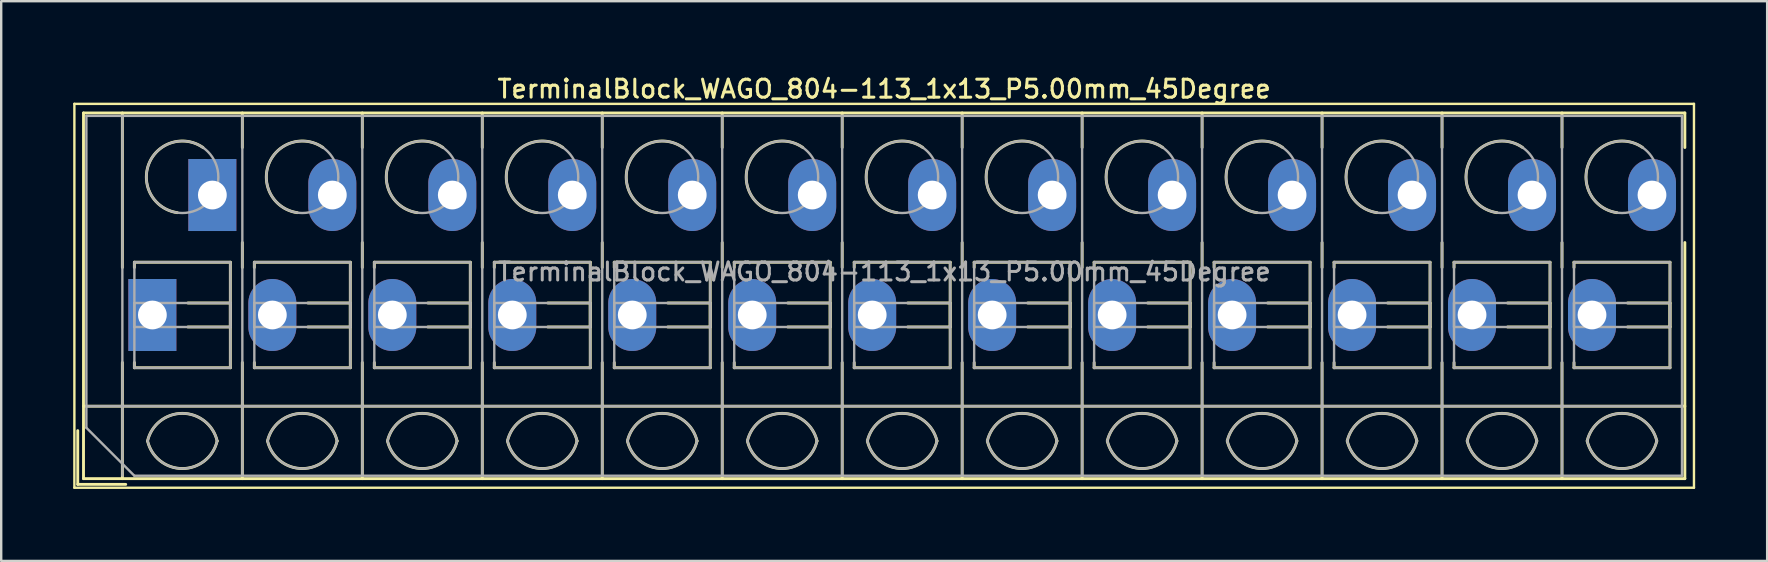
<source format=kicad_pcb>
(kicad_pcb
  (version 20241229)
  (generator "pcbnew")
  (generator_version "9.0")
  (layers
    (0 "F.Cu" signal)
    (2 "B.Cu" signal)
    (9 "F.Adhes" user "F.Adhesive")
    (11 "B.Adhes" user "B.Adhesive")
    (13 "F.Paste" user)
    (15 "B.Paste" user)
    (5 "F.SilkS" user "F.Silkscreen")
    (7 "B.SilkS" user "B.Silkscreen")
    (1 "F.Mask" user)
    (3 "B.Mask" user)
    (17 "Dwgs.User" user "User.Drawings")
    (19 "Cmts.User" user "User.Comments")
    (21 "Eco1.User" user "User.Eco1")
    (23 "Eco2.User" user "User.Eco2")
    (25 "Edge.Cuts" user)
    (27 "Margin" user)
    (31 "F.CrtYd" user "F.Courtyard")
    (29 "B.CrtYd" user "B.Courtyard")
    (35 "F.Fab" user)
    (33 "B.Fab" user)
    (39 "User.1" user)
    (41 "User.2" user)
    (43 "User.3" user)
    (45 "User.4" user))
  (footprint "TerminalBlock_WAGO_804-113_1x13_P5.00mm_45Degree"
    (layer "F.Cu")
    (at 3.3 10.078)
    (property "Reference" "TerminalBlock_WAGO_804-113_1x13_P5.00mm_45Degree" (at 30.5 -9.42 0) (layer "F.SilkS") (effects (font (size 0.75 0.75) (thickness 0.125))))
    (attr through_hole)
    (fp_line (start -3.25 -8.8) (end -3.25 7.2) (stroke (width 0.1) (type solid)) (layer "F.SilkS"))
    (fp_line (start -3.25 7.2) (end 64.25 7.2) (stroke (width 0.1) (type solid)) (layer "F.SilkS"))
    (fp_line (start -3.11 4.82) (end -3.11 7.06) (stroke (width 0.12) (type solid)) (layer "F.SilkS"))
    (fp_line (start -3.11 7.06) (end -1.11 7.06) (stroke (width 0.12) (type solid)) (layer "F.SilkS"))
    (fp_line (start -2.87 -8.42) (end -2.87 6.82) (stroke (width 0.12) (type solid)) (layer "F.SilkS"))
    (fp_line (start -2.87 -8.42) (end 63.87 -8.42) (stroke (width 0.12) (type solid)) (layer "F.SilkS"))
    (fp_line (start -2.87 3.8) (end 63.87 3.8) (stroke (width 0.12) (type solid)) (layer "F.SilkS"))
    (fp_line (start -2.87 6.82) (end 63.87 6.82) (stroke (width 0.12) (type solid)) (layer "F.SilkS"))
    (fp_line (start -1.25 -8.42) (end -1.25 -1.98) (stroke (width 0.12) (type solid)) (layer "F.SilkS"))
    (fp_line (start -1.25 1.98) (end -1.25 6.82) (stroke (width 0.12) (type solid)) (layer "F.SilkS"))
    (fp_line (start -0.75 -2.2) (end -0.75 -1.98) (stroke (width 0.12) (type solid)) (layer "F.SilkS"))
    (fp_line (start -0.75 -2.2) (end 3.25 -2.2) (stroke (width 0.12) (type solid)) (layer "F.SilkS"))
    (fp_line (start -0.75 1.98) (end -0.75 2.2) (stroke (width 0.12) (type solid)) (layer "F.SilkS"))
    (fp_line (start -0.75 2.2) (end 3.25 2.2) (stroke (width 0.12) (type solid)) (layer "F.SilkS"))
    (fp_line (start 1.48 -0.5) (end 3.25 -0.5) (stroke (width 0.12) (type solid)) (layer "F.SilkS"))
    (fp_line (start 1.48 0.5) (end 3.25 0.5) (stroke (width 0.12) (type solid)) (layer "F.SilkS"))
    (fp_line (start 3.25 -2.2) (end 3.25 2.2) (stroke (width 0.12) (type solid)) (layer "F.SilkS"))
    (fp_line (start 3.25 -0.5) (end 3.25 0.5) (stroke (width 0.12) (type solid)) (layer "F.SilkS"))
    (fp_line (start 3.75 -8.42) (end 3.75 -6.98) (stroke (width 0.12) (type solid)) (layer "F.SilkS"))
    (fp_line (start 3.75 -3.02) (end 3.75 -1.98) (stroke (width 0.12) (type solid)) (layer "F.SilkS"))
    (fp_line (start 3.75 1.98) (end 3.75 6.82) (stroke (width 0.12) (type solid)) (layer "F.SilkS"))
    (fp_line (start 4.25 -2.2) (end 4.25 -1.98) (stroke (width 0.12) (type solid)) (layer "F.SilkS"))
    (fp_line (start 4.25 -2.2) (end 8.25 -2.2) (stroke (width 0.12) (type solid)) (layer "F.SilkS"))
    (fp_line (start 4.25 1.98) (end 4.25 2.2) (stroke (width 0.12) (type solid)) (layer "F.SilkS"))
    (fp_line (start 4.25 2.2) (end 8.25 2.2) (stroke (width 0.12) (type solid)) (layer "F.SilkS"))
    (fp_line (start 6.48 -0.5) (end 8.25 -0.5) (stroke (width 0.12) (type solid)) (layer "F.SilkS"))
    (fp_line (start 6.48 0.5) (end 8.25 0.5) (stroke (width 0.12) (type solid)) (layer "F.SilkS"))
    (fp_line (start 8.25 -2.2) (end 8.25 2.2) (stroke (width 0.12) (type solid)) (layer "F.SilkS"))
    (fp_line (start 8.25 -0.5) (end 8.25 0.5) (stroke (width 0.12) (type solid)) (layer "F.SilkS"))
    (fp_line (start 8.75 -8.42) (end 8.75 -6.98) (stroke (width 0.12) (type solid)) (layer "F.SilkS"))
    (fp_line (start 8.75 -3.02) (end 8.75 -1.98) (stroke (width 0.12) (type solid)) (layer "F.SilkS"))
    (fp_line (start 8.75 1.98) (end 8.75 6.82) (stroke (width 0.12) (type solid)) (layer "F.SilkS"))
    (fp_line (start 9.25 -2.2) (end 9.25 -1.98) (stroke (width 0.12) (type solid)) (layer "F.SilkS"))
    (fp_line (start 9.25 -2.2) (end 13.25 -2.2) (stroke (width 0.12) (type solid)) (layer "F.SilkS"))
    (fp_line (start 9.25 1.98) (end 9.25 2.2) (stroke (width 0.12) (type solid)) (layer "F.SilkS"))
    (fp_line (start 9.25 2.2) (end 13.25 2.2) (stroke (width 0.12) (type solid)) (layer "F.SilkS"))
    (fp_line (start 11.48 -0.5) (end 13.25 -0.5) (stroke (width 0.12) (type solid)) (layer "F.SilkS"))
    (fp_line (start 11.48 0.5) (end 13.25 0.5) (stroke (width 0.12) (type solid)) (layer "F.SilkS"))
    (fp_line (start 13.25 -2.2) (end 13.25 2.2) (stroke (width 0.12) (type solid)) (layer "F.SilkS"))
    (fp_line (start 13.25 -0.5) (end 13.25 0.5) (stroke (width 0.12) (type solid)) (layer "F.SilkS"))
    (fp_line (start 13.75 -8.42) (end 13.75 -6.98) (stroke (width 0.12) (type solid)) (layer "F.SilkS"))
    (fp_line (start 13.75 -3.02) (end 13.75 -1.98) (stroke (width 0.12) (type solid)) (layer "F.SilkS"))
    (fp_line (start 13.75 1.98) (end 13.75 6.82) (stroke (width 0.12) (type solid)) (layer "F.SilkS"))
    (fp_line (start 14.25 -2.2) (end 14.25 -1.98) (stroke (width 0.12) (type solid)) (layer "F.SilkS"))
    (fp_line (start 14.25 -2.2) (end 18.25 -2.2) (stroke (width 0.12) (type solid)) (layer "F.SilkS"))
    (fp_line (start 14.25 1.98) (end 14.25 2.2) (stroke (width 0.12) (type solid)) (layer "F.SilkS"))
    (fp_line (start 14.25 2.2) (end 18.25 2.2) (stroke (width 0.12) (type solid)) (layer "F.SilkS"))
    (fp_line (start 16.48 -0.5) (end 18.25 -0.5) (stroke (width 0.12) (type solid)) (layer "F.SilkS"))
    (fp_line (start 16.48 0.5) (end 18.25 0.5) (stroke (width 0.12) (type solid)) (layer "F.SilkS"))
    (fp_line (start 18.25 -2.2) (end 18.25 2.2) (stroke (width 0.12) (type solid)) (layer "F.SilkS"))
    (fp_line (start 18.25 -0.5) (end 18.25 0.5) (stroke (width 0.12) (type solid)) (layer "F.SilkS"))
    (fp_line (start 18.75 -8.42) (end 18.75 -6.98) (stroke (width 0.12) (type solid)) (layer "F.SilkS"))
    (fp_line (start 18.75 -3.02) (end 18.75 -1.98) (stroke (width 0.12) (type solid)) (layer "F.SilkS"))
    (fp_line (start 18.75 1.98) (end 18.75 6.82) (stroke (width 0.12) (type solid)) (layer "F.SilkS"))
    (fp_line (start 19.25 -2.2) (end 19.25 -1.98) (stroke (width 0.12) (type solid)) (layer "F.SilkS"))
    (fp_line (start 19.25 -2.2) (end 23.25 -2.2) (stroke (width 0.12) (type solid)) (layer "F.SilkS"))
    (fp_line (start 19.25 1.98) (end 19.25 2.2) (stroke (width 0.12) (type solid)) (layer "F.SilkS"))
    (fp_line (start 19.25 2.2) (end 23.25 2.2) (stroke (width 0.12) (type solid)) (layer "F.SilkS"))
    (fp_line (start 21.48 -0.5) (end 23.25 -0.5) (stroke (width 0.12) (type solid)) (layer "F.SilkS"))
    (fp_line (start 21.48 0.5) (end 23.25 0.5) (stroke (width 0.12) (type solid)) (layer "F.SilkS"))
    (fp_line (start 23.25 -2.2) (end 23.25 2.2) (stroke (width 0.12) (type solid)) (layer "F.SilkS"))
    (fp_line (start 23.25 -0.5) (end 23.25 0.5) (stroke (width 0.12) (type solid)) (layer "F.SilkS"))
    (fp_line (start 23.75 -8.42) (end 23.75 -6.98) (stroke (width 0.12) (type solid)) (layer "F.SilkS"))
    (fp_line (start 23.75 -3.02) (end 23.75 -1.98) (stroke (width 0.12) (type solid)) (layer "F.SilkS"))
    (fp_line (start 23.75 1.98) (end 23.75 6.82) (stroke (width 0.12) (type solid)) (layer "F.SilkS"))
    (fp_line (start 24.25 -2.2) (end 24.25 -1.98) (stroke (width 0.12) (type solid)) (layer "F.SilkS"))
    (fp_line (start 24.25 -2.2) (end 28.25 -2.2) (stroke (width 0.12) (type solid)) (layer "F.SilkS"))
    (fp_line (start 24.25 1.98) (end 24.25 2.2) (stroke (width 0.12) (type solid)) (layer "F.SilkS"))
    (fp_line (start 24.25 2.2) (end 28.25 2.2) (stroke (width 0.12) (type solid)) (layer "F.SilkS"))
    (fp_line (start 26.48 -0.5) (end 28.25 -0.5) (stroke (width 0.12) (type solid)) (layer "F.SilkS"))
    (fp_line (start 26.48 0.5) (end 28.25 0.5) (stroke (width 0.12) (type solid)) (layer "F.SilkS"))
    (fp_line (start 28.25 -2.2) (end 28.25 2.2) (stroke (width 0.12) (type solid)) (layer "F.SilkS"))
    (fp_line (start 28.25 -0.5) (end 28.25 0.5) (stroke (width 0.12) (type solid)) (layer "F.SilkS"))
    (fp_line (start 28.75 -8.42) (end 28.75 -6.98) (stroke (width 0.12) (type solid)) (layer "F.SilkS"))
    (fp_line (start 28.75 -3.02) (end 28.75 -1.98) (stroke (width 0.12) (type solid)) (layer "F.SilkS"))
    (fp_line (start 28.75 1.98) (end 28.75 6.82) (stroke (width 0.12) (type solid)) (layer "F.SilkS"))
    (fp_line (start 29.25 -2.2) (end 29.25 -1.98) (stroke (width 0.12) (type solid)) (layer "F.SilkS"))
    (fp_line (start 29.25 -2.2) (end 33.25 -2.2) (stroke (width 0.12) (type solid)) (layer "F.SilkS"))
    (fp_line (start 29.25 1.98) (end 29.25 2.2) (stroke (width 0.12) (type solid)) (layer "F.SilkS"))
    (fp_line (start 29.25 2.2) (end 33.25 2.2) (stroke (width 0.12) (type solid)) (layer "F.SilkS"))
    (fp_line (start 31.48 -0.5) (end 33.25 -0.5) (stroke (width 0.12) (type solid)) (layer "F.SilkS"))
    (fp_line (start 31.48 0.5) (end 33.25 0.5) (stroke (width 0.12) (type solid)) (layer "F.SilkS"))
    (fp_line (start 33.25 -2.2) (end 33.25 2.2) (stroke (width 0.12) (type solid)) (layer "F.SilkS"))
    (fp_line (start 33.25 -0.5) (end 33.25 0.5) (stroke (width 0.12) (type solid)) (layer "F.SilkS"))
    (fp_line (start 33.75 -8.42) (end 33.75 -6.98) (stroke (width 0.12) (type solid)) (layer "F.SilkS"))
    (fp_line (start 33.75 -3.02) (end 33.75 -1.98) (stroke (width 0.12) (type solid)) (layer "F.SilkS"))
    (fp_line (start 33.75 1.98) (end 33.75 6.82) (stroke (width 0.12) (type solid)) (layer "F.SilkS"))
    (fp_line (start 34.25 -2.2) (end 34.25 -1.98) (stroke (width 0.12) (type solid)) (layer "F.SilkS"))
    (fp_line (start 34.25 -2.2) (end 38.25 -2.2) (stroke (width 0.12) (type solid)) (layer "F.SilkS"))
    (fp_line (start 34.25 1.98) (end 34.25 2.2) (stroke (width 0.12) (type solid)) (layer "F.SilkS"))
    (fp_line (start 34.25 2.2) (end 38.25 2.2) (stroke (width 0.12) (type solid)) (layer "F.SilkS"))
    (fp_line (start 36.48 -0.5) (end 38.25 -0.5) (stroke (width 0.12) (type solid)) (layer "F.SilkS"))
    (fp_line (start 36.48 0.5) (end 38.25 0.5) (stroke (width 0.12) (type solid)) (layer "F.SilkS"))
    (fp_line (start 38.25 -2.2) (end 38.25 2.2) (stroke (width 0.12) (type solid)) (layer "F.SilkS"))
    (fp_line (start 38.25 -0.5) (end 38.25 0.5) (stroke (width 0.12) (type solid)) (layer "F.SilkS"))
    (fp_line (start 38.75 -8.42) (end 38.75 -6.98) (stroke (width 0.12) (type solid)) (layer "F.SilkS"))
    (fp_line (start 38.75 -3.02) (end 38.75 -1.98) (stroke (width 0.12) (type solid)) (layer "F.SilkS"))
    (fp_line (start 38.75 1.98) (end 38.75 6.82) (stroke (width 0.12) (type solid)) (layer "F.SilkS"))
    (fp_line (start 39.25 -2.2) (end 39.25 -1.98) (stroke (width 0.12) (type solid)) (layer "F.SilkS"))
    (fp_line (start 39.25 -2.2) (end 43.25 -2.2) (stroke (width 0.12) (type solid)) (layer "F.SilkS"))
    (fp_line (start 39.25 1.98) (end 39.25 2.2) (stroke (width 0.12) (type solid)) (layer "F.SilkS"))
    (fp_line (start 39.25 2.2) (end 43.25 2.2) (stroke (width 0.12) (type solid)) (layer "F.SilkS"))
    (fp_line (start 41.48 -0.5) (end 43.25 -0.5) (stroke (width 0.12) (type solid)) (layer "F.SilkS"))
    (fp_line (start 41.48 0.5) (end 43.25 0.5) (stroke (width 0.12) (type solid)) (layer "F.SilkS"))
    (fp_line (start 43.25 -2.2) (end 43.25 2.2) (stroke (width 0.12) (type solid)) (layer "F.SilkS"))
    (fp_line (start 43.25 -0.5) (end 43.25 0.5) (stroke (width 0.12) (type solid)) (layer "F.SilkS"))
    (fp_line (start 43.75 -8.42) (end 43.75 -6.98) (stroke (width 0.12) (type solid)) (layer "F.SilkS"))
    (fp_line (start 43.75 -3.02) (end 43.75 -1.98) (stroke (width 0.12) (type solid)) (layer "F.SilkS"))
    (fp_line (start 43.75 1.98) (end 43.75 6.82) (stroke (width 0.12) (type solid)) (layer "F.SilkS"))
    (fp_line (start 44.25 -2.2) (end 44.25 -1.98) (stroke (width 0.12) (type solid)) (layer "F.SilkS"))
    (fp_line (start 44.25 -2.2) (end 48.25 -2.2) (stroke (width 0.12) (type solid)) (layer "F.SilkS"))
    (fp_line (start 44.25 1.98) (end 44.25 2.2) (stroke (width 0.12) (type solid)) (layer "F.SilkS"))
    (fp_line (start 44.25 2.2) (end 48.25 2.2) (stroke (width 0.12) (type solid)) (layer "F.SilkS"))
    (fp_line (start 46.48 -0.5) (end 48.25 -0.5) (stroke (width 0.12) (type solid)) (layer "F.SilkS"))
    (fp_line (start 46.48 0.5) (end 48.25 0.5) (stroke (width 0.12) (type solid)) (layer "F.SilkS"))
    (fp_line (start 48.25 -2.2) (end 48.25 2.2) (stroke (width 0.12) (type solid)) (layer "F.SilkS"))
    (fp_line (start 48.25 -0.5) (end 48.25 0.5) (stroke (width 0.12) (type solid)) (layer "F.SilkS"))
    (fp_line (start 48.75 -8.42) (end 48.75 -6.98) (stroke (width 0.12) (type solid)) (layer "F.SilkS"))
    (fp_line (start 48.75 -3.02) (end 48.75 -1.98) (stroke (width 0.12) (type solid)) (layer "F.SilkS"))
    (fp_line (start 48.75 1.98) (end 48.75 6.82) (stroke (width 0.12) (type solid)) (layer "F.SilkS"))
    (fp_line (start 49.25 -2.2) (end 49.25 -1.98) (stroke (width 0.12) (type solid)) (layer "F.SilkS"))
    (fp_line (start 49.25 -2.2) (end 53.25 -2.2) (stroke (width 0.12) (type solid)) (layer "F.SilkS"))
    (fp_line (start 49.25 1.98) (end 49.25 2.2) (stroke (width 0.12) (type solid)) (layer "F.SilkS"))
    (fp_line (start 49.25 2.2) (end 53.25 2.2) (stroke (width 0.12) (type solid)) (layer "F.SilkS"))
    (fp_line (start 51.48 -0.5) (end 53.25 -0.5) (stroke (width 0.12) (type solid)) (layer "F.SilkS"))
    (fp_line (start 51.48 0.5) (end 53.25 0.5) (stroke (width 0.12) (type solid)) (layer "F.SilkS"))
    (fp_line (start 53.25 -2.2) (end 53.25 2.2) (stroke (width 0.12) (type solid)) (layer "F.SilkS"))
    (fp_line (start 53.25 -0.5) (end 53.25 0.5) (stroke (width 0.12) (type solid)) (layer "F.SilkS"))
    (fp_line (start 53.75 -8.42) (end 53.75 -6.98) (stroke (width 0.12) (type solid)) (layer "F.SilkS"))
    (fp_line (start 53.75 -3.02) (end 53.75 -1.98) (stroke (width 0.12) (type solid)) (layer "F.SilkS"))
    (fp_line (start 53.75 1.98) (end 53.75 6.82) (stroke (width 0.12) (type solid)) (layer "F.SilkS"))
    (fp_line (start 54.25 -2.2) (end 54.25 -1.98) (stroke (width 0.12) (type solid)) (layer "F.SilkS"))
    (fp_line (start 54.25 -2.2) (end 58.25 -2.2) (stroke (width 0.12) (type solid)) (layer "F.SilkS"))
    (fp_line (start 54.25 1.98) (end 54.25 2.2) (stroke (width 0.12) (type solid)) (layer "F.SilkS"))
    (fp_line (start 54.25 2.2) (end 58.25 2.2) (stroke (width 0.12) (type solid)) (layer "F.SilkS"))
    (fp_line (start 56.48 -0.5) (end 58.25 -0.5) (stroke (width 0.12) (type solid)) (layer "F.SilkS"))
    (fp_line (start 56.48 0.5) (end 58.25 0.5) (stroke (width 0.12) (type solid)) (layer "F.SilkS"))
    (fp_line (start 58.25 -2.2) (end 58.25 2.2) (stroke (width 0.12) (type solid)) (layer "F.SilkS"))
    (fp_line (start 58.25 -0.5) (end 58.25 0.5) (stroke (width 0.12) (type solid)) (layer "F.SilkS"))
    (fp_line (start 58.75 -8.42) (end 58.75 -6.98) (stroke (width 0.12) (type solid)) (layer "F.SilkS"))
    (fp_line (start 58.75 -3.02) (end 58.75 -1.98) (stroke (width 0.12) (type solid)) (layer "F.SilkS"))
    (fp_line (start 58.75 1.98) (end 58.75 6.82) (stroke (width 0.12) (type solid)) (layer "F.SilkS"))
    (fp_line (start 59.25 -2.2) (end 59.25 -1.98) (stroke (width 0.12) (type solid)) (layer "F.SilkS"))
    (fp_line (start 59.25 -2.2) (end 63.25 -2.2) (stroke (width 0.12) (type solid)) (layer "F.SilkS"))
    (fp_line (start 59.25 1.98) (end 59.25 2.2) (stroke (width 0.12) (type solid)) (layer "F.SilkS"))
    (fp_line (start 59.25 2.2) (end 63.25 2.2) (stroke (width 0.12) (type solid)) (layer "F.SilkS"))
    (fp_line (start 61.48 -0.5) (end 63.25 -0.5) (stroke (width 0.12) (type solid)) (layer "F.SilkS"))
    (fp_line (start 61.48 0.5) (end 63.25 0.5) (stroke (width 0.12) (type solid)) (layer "F.SilkS"))
    (fp_line (start 63.25 -2.2) (end 63.25 2.2) (stroke (width 0.12) (type solid)) (layer "F.SilkS"))
    (fp_line (start 63.25 -0.5) (end 63.25 0.5) (stroke (width 0.12) (type solid)) (layer "F.SilkS"))
    (fp_line (start 63.87 -8.42) (end 63.87 -6.98) (stroke (width 0.12) (type solid)) (layer "F.SilkS"))
    (fp_line (start 63.87 -3.02) (end 63.87 6.82) (stroke (width 0.12) (type solid)) (layer "F.SilkS"))
    (fp_line (start 64.25 -8.8) (end -3.25 -8.8) (stroke (width 0.1) (type solid)) (layer "F.SilkS"))
    (fp_line (start 64.25 7.2) (end 64.25 -8.8) (stroke (width 0.1) (type solid)) (layer "F.SilkS"))
    (fp_arc (start -0.200865 5.250424) (mid 1.250296 4.099926) (end 2.701 5.251) (stroke (width 0.12) (type solid)) (layer "F.SilkS"))
    (fp_arc (start 1.040798 -4.264067) (mid -0.146039 -6.300306) (end 2.111 -6.979) (stroke (width 0.12) (type solid)) (layer "F.SilkS"))
    (fp_arc (start 2.7 5.25) (mid 1.250068 6.400101) (end -0.199969 5.250133) (stroke (width 0.12) (type solid)) (layer "F.SilkS"))
    (fp_arc (start 4.799135 5.250424) (mid 6.250296 4.099926) (end 7.701 5.251) (stroke (width 0.12) (type solid)) (layer "F.SilkS"))
    (fp_arc (start 6.040798 -4.264067) (mid 4.853961 -6.300306) (end 7.111 -6.979) (stroke (width 0.12) (type solid)) (layer "F.SilkS"))
    (fp_arc (start 7.7 5.25) (mid 6.250068 6.400101) (end 4.800031 5.250133) (stroke (width 0.12) (type solid)) (layer "F.SilkS"))
    (fp_arc (start 9.799135 5.250424) (mid 11.250296 4.099926) (end 12.701 5.251) (stroke (width 0.12) (type solid)) (layer "F.SilkS"))
    (fp_arc (start 11.040798 -4.264067) (mid 9.853961 -6.300306) (end 12.111 -6.979) (stroke (width 0.12) (type solid)) (layer "F.SilkS"))
    (fp_arc (start 12.7 5.25) (mid 11.250068 6.400101) (end 9.800031 5.250133) (stroke (width 0.12) (type solid)) (layer "F.SilkS"))
    (fp_arc (start 14.799135 5.250424) (mid 16.250296 4.099926) (end 17.701 5.251) (stroke (width 0.12) (type solid)) (layer "F.SilkS"))
    (fp_arc (start 16.040798 -4.264067) (mid 14.853961 -6.300306) (end 17.111 -6.979) (stroke (width 0.12) (type solid)) (layer "F.SilkS"))
    (fp_arc (start 17.7 5.25) (mid 16.250068 6.400101) (end 14.800031 5.250133) (stroke (width 0.12) (type solid)) (layer "F.SilkS"))
    (fp_arc (start 19.799135 5.250424) (mid 21.250296 4.099926) (end 22.701 5.251) (stroke (width 0.12) (type solid)) (layer "F.SilkS"))
    (fp_arc (start 21.040798 -4.264067) (mid 19.853961 -6.300306) (end 22.111 -6.979) (stroke (width 0.12) (type solid)) (layer "F.SilkS"))
    (fp_arc (start 22.7 5.25) (mid 21.250068 6.400101) (end 19.800031 5.250133) (stroke (width 0.12) (type solid)) (layer "F.SilkS"))
    (fp_arc (start 24.799135 5.250424) (mid 26.250296 4.099926) (end 27.701 5.251) (stroke (width 0.12) (type solid)) (layer "F.SilkS"))
    (fp_arc (start 26.040798 -4.264067) (mid 24.853961 -6.300306) (end 27.111 -6.979) (stroke (width 0.12) (type solid)) (layer "F.SilkS"))
    (fp_arc (start 27.7 5.25) (mid 26.250068 6.400101) (end 24.800031 5.250133) (stroke (width 0.12) (type solid)) (layer "F.SilkS"))
    (fp_arc (start 29.799135 5.250424) (mid 31.250296 4.099926) (end 32.701 5.251) (stroke (width 0.12) (type solid)) (layer "F.SilkS"))
    (fp_arc (start 31.040798 -4.264067) (mid 29.853961 -6.300306) (end 32.111 -6.979) (stroke (width 0.12) (type solid)) (layer "F.SilkS"))
    (fp_arc (start 32.701 5.25) (mid 31.250296 6.401074) (end 29.799135 5.250576) (stroke (width 0.12) (type solid)) (layer "F.SilkS"))
    (fp_arc (start 34.799135 5.250424) (mid 36.250296 4.099926) (end 37.701 5.251) (stroke (width 0.12) (type solid)) (layer "F.SilkS"))
    (fp_arc (start 36.040798 -4.264067) (mid 34.853961 -6.300306) (end 37.111 -6.979) (stroke (width 0.12) (type solid)) (layer "F.SilkS"))
    (fp_arc (start 37.7 5.25) (mid 36.250068 6.400101) (end 34.800031 5.250133) (stroke (width 0.12) (type solid)) (layer "F.SilkS"))
    (fp_arc (start 39.799135 5.250424) (mid 41.250296 4.099926) (end 42.701 5.251) (stroke (width 0.12) (type solid)) (layer "F.SilkS"))
    (fp_arc (start 41.040798 -4.264067) (mid 39.853961 -6.300306) (end 42.111 -6.979) (stroke (width 0.12) (type solid)) (layer "F.SilkS"))
    (fp_arc (start 42.7 5.25) (mid 41.250068 6.400101) (end 39.800031 5.250133) (stroke (width 0.12) (type solid)) (layer "F.SilkS"))
    (fp_arc (start 44.799135 5.250424) (mid 46.250296 4.099926) (end 47.701 5.251) (stroke (width 0.12) (type solid)) (layer "F.SilkS"))
    (fp_arc (start 46.040798 -4.264067) (mid 44.853961 -6.300306) (end 47.111 -6.979) (stroke (width 0.12) (type solid)) (layer "F.SilkS"))
    (fp_arc (start 47.7 5.25) (mid 46.250068 6.400101) (end 44.800031 5.250133) (stroke (width 0.12) (type solid)) (layer "F.SilkS"))
    (fp_arc (start 49.799135 5.250424) (mid 51.250296 4.099926) (end 52.701 5.251) (stroke (width 0.12) (type solid)) (layer "F.SilkS"))
    (fp_arc (start 51.040798 -4.264067) (mid 49.853961 -6.300306) (end 52.111 -6.979) (stroke (width 0.12) (type solid)) (layer "F.SilkS"))
    (fp_arc (start 52.7 5.25) (mid 51.250068 6.400101) (end 49.800031 5.250133) (stroke (width 0.12) (type solid)) (layer "F.SilkS"))
    (fp_arc (start 54.799135 5.250424) (mid 56.250296 4.099926) (end 57.701 5.251) (stroke (width 0.12) (type solid)) (layer "F.SilkS"))
    (fp_arc (start 56.040798 -4.264067) (mid 54.853961 -6.300306) (end 57.111 -6.979) (stroke (width 0.12) (type solid)) (layer "F.SilkS"))
    (fp_arc (start 57.7 5.25) (mid 56.250068 6.400101) (end 54.800031 5.250133) (stroke (width 0.12) (type solid)) (layer "F.SilkS"))
    (fp_arc (start 59.799135 5.250424) (mid 61.250296 4.099926) (end 62.701 5.251) (stroke (width 0.12) (type solid)) (layer "F.SilkS"))
    (fp_arc (start 61.040798 -4.264067) (mid 59.853961 -6.300306) (end 62.111 -6.979) (stroke (width 0.12) (type solid)) (layer "F.SilkS"))
    (fp_arc (start 62.7 5.25) (mid 61.250068 6.400101) (end 59.800031 5.250133) (stroke (width 0.12) (type solid)) (layer "F.SilkS"))
    (fp_line (start -2.75 -8.3) (end 63.75 -8.3) (stroke (width 0.1) (type solid)) (layer "F.Fab"))
    (fp_line (start -2.75 3.8) (end 63.75 3.8) (stroke (width 0.1) (type solid)) (layer "F.Fab"))
    (fp_line (start -2.75 4.7) (end -2.75 -8.3) (stroke (width 0.1) (type solid)) (layer "F.Fab"))
    (fp_line (start -1.25 -8.3) (end -1.25 6.7) (stroke (width 0.1) (type solid)) (layer "F.Fab"))
    (fp_line (start -0.75 -2.2) (end -0.75 2.2) (stroke (width 0.1) (type solid)) (layer "F.Fab"))
    (fp_line (start -0.75 -0.5) (end -0.75 0.5) (stroke (width 0.1) (type solid)) (layer "F.Fab"))
    (fp_line (start -0.75 0.5) (end 3.25 0.5) (stroke (width 0.1) (type solid)) (layer "F.Fab"))
    (fp_line (start -0.75 2.2) (end 3.25 2.2) (stroke (width 0.1) (type solid)) (layer "F.Fab"))
    (fp_line (start -0.75 6.7) (end -2.75 4.7) (stroke (width 0.1) (type solid)) (layer "F.Fab"))
    (fp_line (start 3.25 -2.2) (end -0.75 -2.2) (stroke (width 0.1) (type solid)) (layer "F.Fab"))
    (fp_line (start 3.25 -0.5) (end -0.75 -0.5) (stroke (width 0.1) (type solid)) (layer "F.Fab"))
    (fp_line (start 3.25 0.5) (end 3.25 -0.5) (stroke (width 0.1) (type solid)) (layer "F.Fab"))
    (fp_line (start 3.25 2.2) (end 3.25 -2.2) (stroke (width 0.1) (type solid)) (layer "F.Fab"))
    (fp_line (start 3.75 -8.3) (end 3.75 6.7) (stroke (width 0.1) (type solid)) (layer "F.Fab"))
    (fp_line (start 4.25 -2.2) (end 4.25 2.2) (stroke (width 0.1) (type solid)) (layer "F.Fab"))
    (fp_line (start 4.25 -0.5) (end 4.25 0.5) (stroke (width 0.1) (type solid)) (layer "F.Fab"))
    (fp_line (start 4.25 0.5) (end 8.25 0.5) (stroke (width 0.1) (type solid)) (layer "F.Fab"))
    (fp_line (start 4.25 2.2) (end 8.25 2.2) (stroke (width 0.1) (type solid)) (layer "F.Fab"))
    (fp_line (start 8.25 -2.2) (end 4.25 -2.2) (stroke (width 0.1) (type solid)) (layer "F.Fab"))
    (fp_line (start 8.25 -0.5) (end 4.25 -0.5) (stroke (width 0.1) (type solid)) (layer "F.Fab"))
    (fp_line (start 8.25 0.5) (end 8.25 -0.5) (stroke (width 0.1) (type solid)) (layer "F.Fab"))
    (fp_line (start 8.25 2.2) (end 8.25 -2.2) (stroke (width 0.1) (type solid)) (layer "F.Fab"))
    (fp_line (start 8.75 -8.3) (end 8.75 6.7) (stroke (width 0.1) (type solid)) (layer "F.Fab"))
    (fp_line (start 9.25 -2.2) (end 9.25 2.2) (stroke (width 0.1) (type solid)) (layer "F.Fab"))
    (fp_line (start 9.25 -0.5) (end 9.25 0.5) (stroke (width 0.1) (type solid)) (layer "F.Fab"))
    (fp_line (start 9.25 0.5) (end 13.25 0.5) (stroke (width 0.1) (type solid)) (layer "F.Fab"))
    (fp_line (start 9.25 2.2) (end 13.25 2.2) (stroke (width 0.1) (type solid)) (layer "F.Fab"))
    (fp_line (start 13.25 -2.2) (end 9.25 -2.2) (stroke (width 0.1) (type solid)) (layer "F.Fab"))
    (fp_line (start 13.25 -0.5) (end 9.25 -0.5) (stroke (width 0.1) (type solid)) (layer "F.Fab"))
    (fp_line (start 13.25 0.5) (end 13.25 -0.5) (stroke (width 0.1) (type solid)) (layer "F.Fab"))
    (fp_line (start 13.25 2.2) (end 13.25 -2.2) (stroke (width 0.1) (type solid)) (layer "F.Fab"))
    (fp_line (start 13.75 -8.3) (end 13.75 6.7) (stroke (width 0.1) (type solid)) (layer "F.Fab"))
    (fp_line (start 14.25 -2.2) (end 14.25 2.2) (stroke (width 0.1) (type solid)) (layer "F.Fab"))
    (fp_line (start 14.25 -0.5) (end 14.25 0.5) (stroke (width 0.1) (type solid)) (layer "F.Fab"))
    (fp_line (start 14.25 0.5) (end 18.25 0.5) (stroke (width 0.1) (type solid)) (layer "F.Fab"))
    (fp_line (start 14.25 2.2) (end 18.25 2.2) (stroke (width 0.1) (type solid)) (layer "F.Fab"))
    (fp_line (start 18.25 -2.2) (end 14.25 -2.2) (stroke (width 0.1) (type solid)) (layer "F.Fab"))
    (fp_line (start 18.25 -0.5) (end 14.25 -0.5) (stroke (width 0.1) (type solid)) (layer "F.Fab"))
    (fp_line (start 18.25 0.5) (end 18.25 -0.5) (stroke (width 0.1) (type solid)) (layer "F.Fab"))
    (fp_line (start 18.25 2.2) (end 18.25 -2.2) (stroke (width 0.1) (type solid)) (layer "F.Fab"))
    (fp_line (start 18.75 -8.3) (end 18.75 6.7) (stroke (width 0.1) (type solid)) (layer "F.Fab"))
    (fp_line (start 19.25 -2.2) (end 19.25 2.2) (stroke (width 0.1) (type solid)) (layer "F.Fab"))
    (fp_line (start 19.25 -0.5) (end 19.25 0.5) (stroke (width 0.1) (type solid)) (layer "F.Fab"))
    (fp_line (start 19.25 0.5) (end 23.25 0.5) (stroke (width 0.1) (type solid)) (layer "F.Fab"))
    (fp_line (start 19.25 2.2) (end 23.25 2.2) (stroke (width 0.1) (type solid)) (layer "F.Fab"))
    (fp_line (start 23.25 -2.2) (end 19.25 -2.2) (stroke (width 0.1) (type solid)) (layer "F.Fab"))
    (fp_line (start 23.25 -0.5) (end 19.25 -0.5) (stroke (width 0.1) (type solid)) (layer "F.Fab"))
    (fp_line (start 23.25 0.5) (end 23.25 -0.5) (stroke (width 0.1) (type solid)) (layer "F.Fab"))
    (fp_line (start 23.25 2.2) (end 23.25 -2.2) (stroke (width 0.1) (type solid)) (layer "F.Fab"))
    (fp_line (start 23.75 -8.3) (end 23.75 6.7) (stroke (width 0.1) (type solid)) (layer "F.Fab"))
    (fp_line (start 24.25 -2.2) (end 24.25 2.2) (stroke (width 0.1) (type solid)) (layer "F.Fab"))
    (fp_line (start 24.25 -0.5) (end 24.25 0.5) (stroke (width 0.1) (type solid)) (layer "F.Fab"))
    (fp_line (start 24.25 0.5) (end 28.25 0.5) (stroke (width 0.1) (type solid)) (layer "F.Fab"))
    (fp_line (start 24.25 2.2) (end 28.25 2.2) (stroke (width 0.1) (type solid)) (layer "F.Fab"))
    (fp_line (start 28.25 -2.2) (end 24.25 -2.2) (stroke (width 0.1) (type solid)) (layer "F.Fab"))
    (fp_line (start 28.25 -0.5) (end 24.25 -0.5) (stroke (width 0.1) (type solid)) (layer "F.Fab"))
    (fp_line (start 28.25 0.5) (end 28.25 -0.5) (stroke (width 0.1) (type solid)) (layer "F.Fab"))
    (fp_line (start 28.25 2.2) (end 28.25 -2.2) (stroke (width 0.1) (type solid)) (layer "F.Fab"))
    (fp_line (start 28.75 -8.3) (end 28.75 6.7) (stroke (width 0.1) (type solid)) (layer "F.Fab"))
    (fp_line (start 29.25 -2.2) (end 29.25 2.2) (stroke (width 0.1) (type solid)) (layer "F.Fab"))
    (fp_line (start 29.25 -0.5) (end 29.25 0.5) (stroke (width 0.1) (type solid)) (layer "F.Fab"))
    (fp_line (start 29.25 0.5) (end 33.25 0.5) (stroke (width 0.1) (type solid)) (layer "F.Fab"))
    (fp_line (start 29.25 2.2) (end 33.25 2.2) (stroke (width 0.1) (type solid)) (layer "F.Fab"))
    (fp_line (start 33.25 -2.2) (end 29.25 -2.2) (stroke (width 0.1) (type solid)) (layer "F.Fab"))
    (fp_line (start 33.25 -0.5) (end 29.25 -0.5) (stroke (width 0.1) (type solid)) (layer "F.Fab"))
    (fp_line (start 33.25 0.5) (end 33.25 -0.5) (stroke (width 0.1) (type solid)) (layer "F.Fab"))
    (fp_line (start 33.25 2.2) (end 33.25 -2.2) (stroke (width 0.1) (type solid)) (layer "F.Fab"))
    (fp_line (start 33.75 -8.3) (end 33.75 6.7) (stroke (width 0.1) (type solid)) (layer "F.Fab"))
    (fp_line (start 34.25 -2.2) (end 34.25 2.2) (stroke (width 0.1) (type solid)) (layer "F.Fab"))
    (fp_line (start 34.25 -0.5) (end 34.25 0.5) (stroke (width 0.1) (type solid)) (layer "F.Fab"))
    (fp_line (start 34.25 0.5) (end 38.25 0.5) (stroke (width 0.1) (type solid)) (layer "F.Fab"))
    (fp_line (start 34.25 2.2) (end 38.25 2.2) (stroke (width 0.1) (type solid)) (layer "F.Fab"))
    (fp_line (start 38.25 -2.2) (end 34.25 -2.2) (stroke (width 0.1) (type solid)) (layer "F.Fab"))
    (fp_line (start 38.25 -0.5) (end 34.25 -0.5) (stroke (width 0.1) (type solid)) (layer "F.Fab"))
    (fp_line (start 38.25 0.5) (end 38.25 -0.5) (stroke (width 0.1) (type solid)) (layer "F.Fab"))
    (fp_line (start 38.25 2.2) (end 38.25 -2.2) (stroke (width 0.1) (type solid)) (layer "F.Fab"))
    (fp_line (start 38.75 -8.3) (end 38.75 6.7) (stroke (width 0.1) (type solid)) (layer "F.Fab"))
    (fp_line (start 39.25 -2.2) (end 39.25 2.2) (stroke (width 0.1) (type solid)) (layer "F.Fab"))
    (fp_line (start 39.25 -0.5) (end 39.25 0.5) (stroke (width 0.1) (type solid)) (layer "F.Fab"))
    (fp_line (start 39.25 0.5) (end 43.25 0.5) (stroke (width 0.1) (type solid)) (layer "F.Fab"))
    (fp_line (start 39.25 2.2) (end 43.25 2.2) (stroke (width 0.1) (type solid)) (layer "F.Fab"))
    (fp_line (start 43.25 -2.2) (end 39.25 -2.2) (stroke (width 0.1) (type solid)) (layer "F.Fab"))
    (fp_line (start 43.25 -0.5) (end 39.25 -0.5) (stroke (width 0.1) (type solid)) (layer "F.Fab"))
    (fp_line (start 43.25 0.5) (end 43.25 -0.5) (stroke (width 0.1) (type solid)) (layer "F.Fab"))
    (fp_line (start 43.25 2.2) (end 43.25 -2.2) (stroke (width 0.1) (type solid)) (layer "F.Fab"))
    (fp_line (start 43.75 -8.3) (end 43.75 6.7) (stroke (width 0.1) (type solid)) (layer "F.Fab"))
    (fp_line (start 44.25 -2.2) (end 44.25 2.2) (stroke (width 0.1) (type solid)) (layer "F.Fab"))
    (fp_line (start 44.25 -0.5) (end 44.25 0.5) (stroke (width 0.1) (type solid)) (layer "F.Fab"))
    (fp_line (start 44.25 0.5) (end 48.25 0.5) (stroke (width 0.1) (type solid)) (layer "F.Fab"))
    (fp_line (start 44.25 2.2) (end 48.25 2.2) (stroke (width 0.1) (type solid)) (layer "F.Fab"))
    (fp_line (start 48.25 -2.2) (end 44.25 -2.2) (stroke (width 0.1) (type solid)) (layer "F.Fab"))
    (fp_line (start 48.25 -0.5) (end 44.25 -0.5) (stroke (width 0.1) (type solid)) (layer "F.Fab"))
    (fp_line (start 48.25 0.5) (end 48.25 -0.5) (stroke (width 0.1) (type solid)) (layer "F.Fab"))
    (fp_line (start 48.25 2.2) (end 48.25 -2.2) (stroke (width 0.1) (type solid)) (layer "F.Fab"))
    (fp_line (start 48.75 -8.3) (end 48.75 6.7) (stroke (width 0.1) (type solid)) (layer "F.Fab"))
    (fp_line (start 49.25 -2.2) (end 49.25 2.2) (stroke (width 0.1) (type solid)) (layer "F.Fab"))
    (fp_line (start 49.25 -0.5) (end 49.25 0.5) (stroke (width 0.1) (type solid)) (layer "F.Fab"))
    (fp_line (start 49.25 0.5) (end 53.25 0.5) (stroke (width 0.1) (type solid)) (layer "F.Fab"))
    (fp_line (start 49.25 2.2) (end 53.25 2.2) (stroke (width 0.1) (type solid)) (layer "F.Fab"))
    (fp_line (start 53.25 -2.2) (end 49.25 -2.2) (stroke (width 0.1) (type solid)) (layer "F.Fab"))
    (fp_line (start 53.25 -0.5) (end 49.25 -0.5) (stroke (width 0.1) (type solid)) (layer "F.Fab"))
    (fp_line (start 53.25 0.5) (end 53.25 -0.5) (stroke (width 0.1) (type solid)) (layer "F.Fab"))
    (fp_line (start 53.25 2.2) (end 53.25 -2.2) (stroke (width 0.1) (type solid)) (layer "F.Fab"))
    (fp_line (start 53.75 -8.3) (end 53.75 6.7) (stroke (width 0.1) (type solid)) (layer "F.Fab"))
    (fp_line (start 54.25 -2.2) (end 54.25 2.2) (stroke (width 0.1) (type solid)) (layer "F.Fab"))
    (fp_line (start 54.25 -0.5) (end 54.25 0.5) (stroke (width 0.1) (type solid)) (layer "F.Fab"))
    (fp_line (start 54.25 0.5) (end 58.25 0.5) (stroke (width 0.1) (type solid)) (layer "F.Fab"))
    (fp_line (start 54.25 2.2) (end 58.25 2.2) (stroke (width 0.1) (type solid)) (layer "F.Fab"))
    (fp_line (start 58.25 -2.2) (end 54.25 -2.2) (stroke (width 0.1) (type solid)) (layer "F.Fab"))
    (fp_line (start 58.25 -0.5) (end 54.25 -0.5) (stroke (width 0.1) (type solid)) (layer "F.Fab"))
    (fp_line (start 58.25 0.5) (end 58.25 -0.5) (stroke (width 0.1) (type solid)) (layer "F.Fab"))
    (fp_line (start 58.25 2.2) (end 58.25 -2.2) (stroke (width 0.1) (type solid)) (layer "F.Fab"))
    (fp_line (start 58.75 -8.3) (end 58.75 6.7) (stroke (width 0.1) (type solid)) (layer "F.Fab"))
    (fp_line (start 59.25 -2.2) (end 59.25 2.2) (stroke (width 0.1) (type solid)) (layer "F.Fab"))
    (fp_line (start 59.25 -0.5) (end 59.25 0.5) (stroke (width 0.1) (type solid)) (layer "F.Fab"))
    (fp_line (start 59.25 0.5) (end 63.25 0.5) (stroke (width 0.1) (type solid)) (layer "F.Fab"))
    (fp_line (start 59.25 2.2) (end 63.25 2.2) (stroke (width 0.1) (type solid)) (layer "F.Fab"))
    (fp_line (start 63.25 -2.2) (end 59.25 -2.2) (stroke (width 0.1) (type solid)) (layer "F.Fab"))
    (fp_line (start 63.25 -0.5) (end 59.25 -0.5) (stroke (width 0.1) (type solid)) (layer "F.Fab"))
    (fp_line (start 63.25 0.5) (end 63.25 -0.5) (stroke (width 0.1) (type solid)) (layer "F.Fab"))
    (fp_line (start 63.25 2.2) (end 63.25 -2.2) (stroke (width 0.1) (type solid)) (layer "F.Fab"))
    (fp_line (start 63.75 -8.3) (end 63.75 6.7) (stroke (width 0.1) (type solid)) (layer "F.Fab"))
    (fp_line (start 63.75 6.7) (end -0.75 6.7) (stroke (width 0.1) (type solid)) (layer "F.Fab"))
    (fp_arc (start -0.200865 5.250424) (mid 1.250296 4.099926) (end 2.701 5.251) (stroke (width 0.1) (type solid)) (layer "F.Fab"))
    (fp_arc (start 2.7 5.25) (mid 1.250068 6.400101) (end -0.199969 5.250133) (stroke (width 0.1) (type solid)) (layer "F.Fab"))
    (fp_arc (start 4.799135 5.250424) (mid 6.250296 4.099926) (end 7.701 5.251) (stroke (width 0.1) (type solid)) (layer "F.Fab"))
    (fp_arc (start 7.7 5.25) (mid 6.250068 6.400101) (end 4.800031 5.250133) (stroke (width 0.1) (type solid)) (layer "F.Fab"))
    (fp_arc (start 9.799135 5.250424) (mid 11.250296 4.099926) (end 12.701 5.251) (stroke (width 0.1) (type solid)) (layer "F.Fab"))
    (fp_arc (start 12.7 5.25) (mid 11.250068 6.400101) (end 9.800031 5.250133) (stroke (width 0.1) (type solid)) (layer "F.Fab"))
    (fp_arc (start 14.799135 5.250424) (mid 16.250296 4.099926) (end 17.701 5.251) (stroke (width 0.1) (type solid)) (layer "F.Fab"))
    (fp_arc (start 17.7 5.25) (mid 16.250068 6.400101) (end 14.800031 5.250133) (stroke (width 0.1) (type solid)) (layer "F.Fab"))
    (fp_arc (start 19.799135 5.250424) (mid 21.250296 4.099926) (end 22.701 5.251) (stroke (width 0.1) (type solid)) (layer "F.Fab"))
    (fp_arc (start 22.7 5.25) (mid 21.250068 6.400101) (end 19.800031 5.250133) (stroke (width 0.1) (type solid)) (layer "F.Fab"))
    (fp_arc (start 24.799135 5.250424) (mid 26.250296 4.099926) (end 27.701 5.251) (stroke (width 0.1) (type solid)) (layer "F.Fab"))
    (fp_arc (start 27.7 5.25) (mid 26.250068 6.400101) (end 24.800031 5.250133) (stroke (width 0.1) (type solid)) (layer "F.Fab"))
    (fp_arc (start 29.799135 5.250424) (mid 31.250296 4.099926) (end 32.701 5.251) (stroke (width 0.1) (type solid)) (layer "F.Fab"))
    (fp_arc (start 32.701 5.25) (mid 31.250296 6.401074) (end 29.799135 5.250576) (stroke (width 0.1) (type solid)) (layer "F.Fab"))
    (fp_arc (start 34.799135 5.250424) (mid 36.250296 4.099926) (end 37.701 5.251) (stroke (width 0.1) (type solid)) (layer "F.Fab"))
    (fp_arc (start 37.7 5.25) (mid 36.250068 6.400101) (end 34.800031 5.250133) (stroke (width 0.1) (type solid)) (layer "F.Fab"))
    (fp_arc (start 39.799135 5.250424) (mid 41.250296 4.099926) (end 42.701 5.251) (stroke (width 0.1) (type solid)) (layer "F.Fab"))
    (fp_arc (start 42.7 5.25) (mid 41.250068 6.400101) (end 39.800031 5.250133) (stroke (width 0.1) (type solid)) (layer "F.Fab"))
    (fp_arc (start 44.799135 5.250424) (mid 46.250296 4.099926) (end 47.701 5.251) (stroke (width 0.1) (type solid)) (layer "F.Fab"))
    (fp_arc (start 47.7 5.25) (mid 46.250068 6.400101) (end 44.800031 5.250133) (stroke (width 0.1) (type solid)) (layer "F.Fab"))
    (fp_arc (start 49.799135 5.250424) (mid 51.250296 4.099926) (end 52.701 5.251) (stroke (width 0.1) (type solid)) (layer "F.Fab"))
    (fp_arc (start 52.7 5.25) (mid 51.250068 6.400101) (end 49.800031 5.250133) (stroke (width 0.1) (type solid)) (layer "F.Fab"))
    (fp_arc (start 54.799135 5.250424) (mid 56.250296 4.099926) (end 57.701 5.251) (stroke (width 0.1) (type solid)) (layer "F.Fab"))
    (fp_arc (start 57.7 5.25) (mid 56.250068 6.400101) (end 54.800031 5.250133) (stroke (width 0.1) (type solid)) (layer "F.Fab"))
    (fp_arc (start 59.799135 5.250424) (mid 61.250296 4.099926) (end 62.701 5.251) (stroke (width 0.1) (type solid)) (layer "F.Fab"))
    (fp_arc (start 62.7 5.25) (mid 61.250068 6.400101) (end 59.800031 5.250133) (stroke (width 0.1) (type solid)) (layer "F.Fab"))
    (fp_circle (center 1.25 -5.75) (end 2.75 -5.75) (stroke (width 0.1) (type solid)) (fill no) (layer "F.Fab"))
    (fp_circle (center 6.25 -5.75) (end 7.75 -5.75) (stroke (width 0.1) (type solid)) (fill no) (layer "F.Fab"))
    (fp_circle (center 11.25 -5.75) (end 12.75 -5.75) (stroke (width 0.1) (type solid)) (fill no) (layer "F.Fab"))
    (fp_circle (center 16.25 -5.75) (end 17.75 -5.75) (stroke (width 0.1) (type solid)) (fill no) (layer "F.Fab"))
    (fp_circle (center 21.25 -5.75) (end 22.75 -5.75) (stroke (width 0.1) (type solid)) (fill no) (layer "F.Fab"))
    (fp_circle (center 26.25 -5.75) (end 27.75 -5.75) (stroke (width 0.1) (type solid)) (fill no) (layer "F.Fab"))
    (fp_circle (center 31.25 -5.75) (end 32.75 -5.75) (stroke (width 0.1) (type solid)) (fill no) (layer "F.Fab"))
    (fp_circle (center 36.25 -5.75) (end 37.75 -5.75) (stroke (width 0.1) (type solid)) (fill no) (layer "F.Fab"))
    (fp_circle (center 41.25 -5.75) (end 42.75 -5.75) (stroke (width 0.1) (type solid)) (fill no) (layer "F.Fab"))
    (fp_circle (center 46.25 -5.75) (end 47.75 -5.75) (stroke (width 0.1) (type solid)) (fill no) (layer "F.Fab"))
    (fp_circle (center 51.25 -5.75) (end 52.75 -5.75) (stroke (width 0.1) (type solid)) (fill no) (layer "F.Fab"))
    (fp_circle (center 56.25 -5.75) (end 57.75 -5.75) (stroke (width 0.1) (type solid)) (fill no) (layer "F.Fab"))
    (fp_circle (center 61.25 -5.75) (end 62.75 -5.75) (stroke (width 0.1) (type solid)) (fill no) (layer "F.Fab"))
    (fp_text user "${REFERENCE}" (at 30.5 -1.8 0) (layer "F.Fab") (effects (font (size 0.75 0.75) (thickness 0.125))))
    (pad "1" thru_hole rect (at 0 0) (size 2 3) (drill 1.2) (layers "*.Cu" "*.Mask"))
    (pad "1" thru_hole rect (at 2.5 -5) (size 2 3) (drill 1.2) (layers "*.Cu" "*.Mask"))
    (pad "2" thru_hole oval (at 5 0) (size 2 3) (drill 1.2) (layers "*.Cu" "*.Mask"))
    (pad "2" thru_hole oval (at 7.5 -5) (size 2 3) (drill 1.2) (layers "*.Cu" "*.Mask"))
    (pad "3" thru_hole oval (at 10 0) (size 2 3) (drill 1.2) (layers "*.Cu" "*.Mask"))
    (pad "3" thru_hole oval (at 12.5 -5) (size 2 3) (drill 1.2) (layers "*.Cu" "*.Mask"))
    (pad "4" thru_hole oval (at 15 0) (size 2 3) (drill 1.2) (layers "*.Cu" "*.Mask"))
    (pad "4" thru_hole oval (at 17.5 -5) (size 2 3) (drill 1.2) (layers "*.Cu" "*.Mask"))
    (pad "5" thru_hole oval (at 20 0) (size 2 3) (drill 1.2) (layers "*.Cu" "*.Mask"))
    (pad "5" thru_hole oval (at 22.5 -5) (size 2 3) (drill 1.2) (layers "*.Cu" "*.Mask"))
    (pad "6" thru_hole oval (at 25 0) (size 2 3) (drill 1.2) (layers "*.Cu" "*.Mask"))
    (pad "6" thru_hole oval (at 27.5 -5) (size 2 3) (drill 1.2) (layers "*.Cu" "*.Mask"))
    (pad "7" thru_hole oval (at 30 0) (size 2 3) (drill 1.2) (layers "*.Cu" "*.Mask"))
    (pad "7" thru_hole oval (at 32.5 -5) (size 2 3) (drill 1.2) (layers "*.Cu" "*.Mask"))
    (pad "8" thru_hole oval (at 35 0) (size 2 3) (drill 1.2) (layers "*.Cu" "*.Mask"))
    (pad "8" thru_hole oval (at 37.5 -5) (size 2 3) (drill 1.2) (layers "*.Cu" "*.Mask"))
    (pad "9" thru_hole oval (at 40 0) (size 2 3) (drill 1.2) (layers "*.Cu" "*.Mask"))
    (pad "9" thru_hole oval (at 42.5 -5) (size 2 3) (drill 1.2) (layers "*.Cu" "*.Mask"))
    (pad "10" thru_hole oval (at 45 0) (size 2 3) (drill 1.2) (layers "*.Cu" "*.Mask"))
    (pad "10" thru_hole oval (at 47.5 -5) (size 2 3) (drill 1.2) (layers "*.Cu" "*.Mask"))
    (pad "11" thru_hole oval (at 50 0) (size 2 3) (drill 1.2) (layers "*.Cu" "*.Mask"))
    (pad "11" thru_hole oval (at 52.5 -5) (size 2 3) (drill 1.2) (layers "*.Cu" "*.Mask"))
    (pad "12" thru_hole oval (at 55 0) (size 2 3) (drill 1.2) (layers "*.Cu" "*.Mask"))
    (pad "12" thru_hole oval (at 57.5 -5) (size 2 3) (drill 1.2) (layers "*.Cu" "*.Mask"))
    (pad "13" thru_hole oval (at 60 0) (size 2 3) (drill 1.2) (layers "*.Cu" "*.Mask"))
    (pad "13" thru_hole oval (at 62.5 -5) (size 2 3) (drill 1.2) (layers "*.Cu" "*.Mask")))
  (gr_rect
    (start -3 -3)
    (end 70.6 20.328)
    (stroke (width 0.1) (type default))
    (fill no)
    (layer "Edge.Cuts")))
</source>
